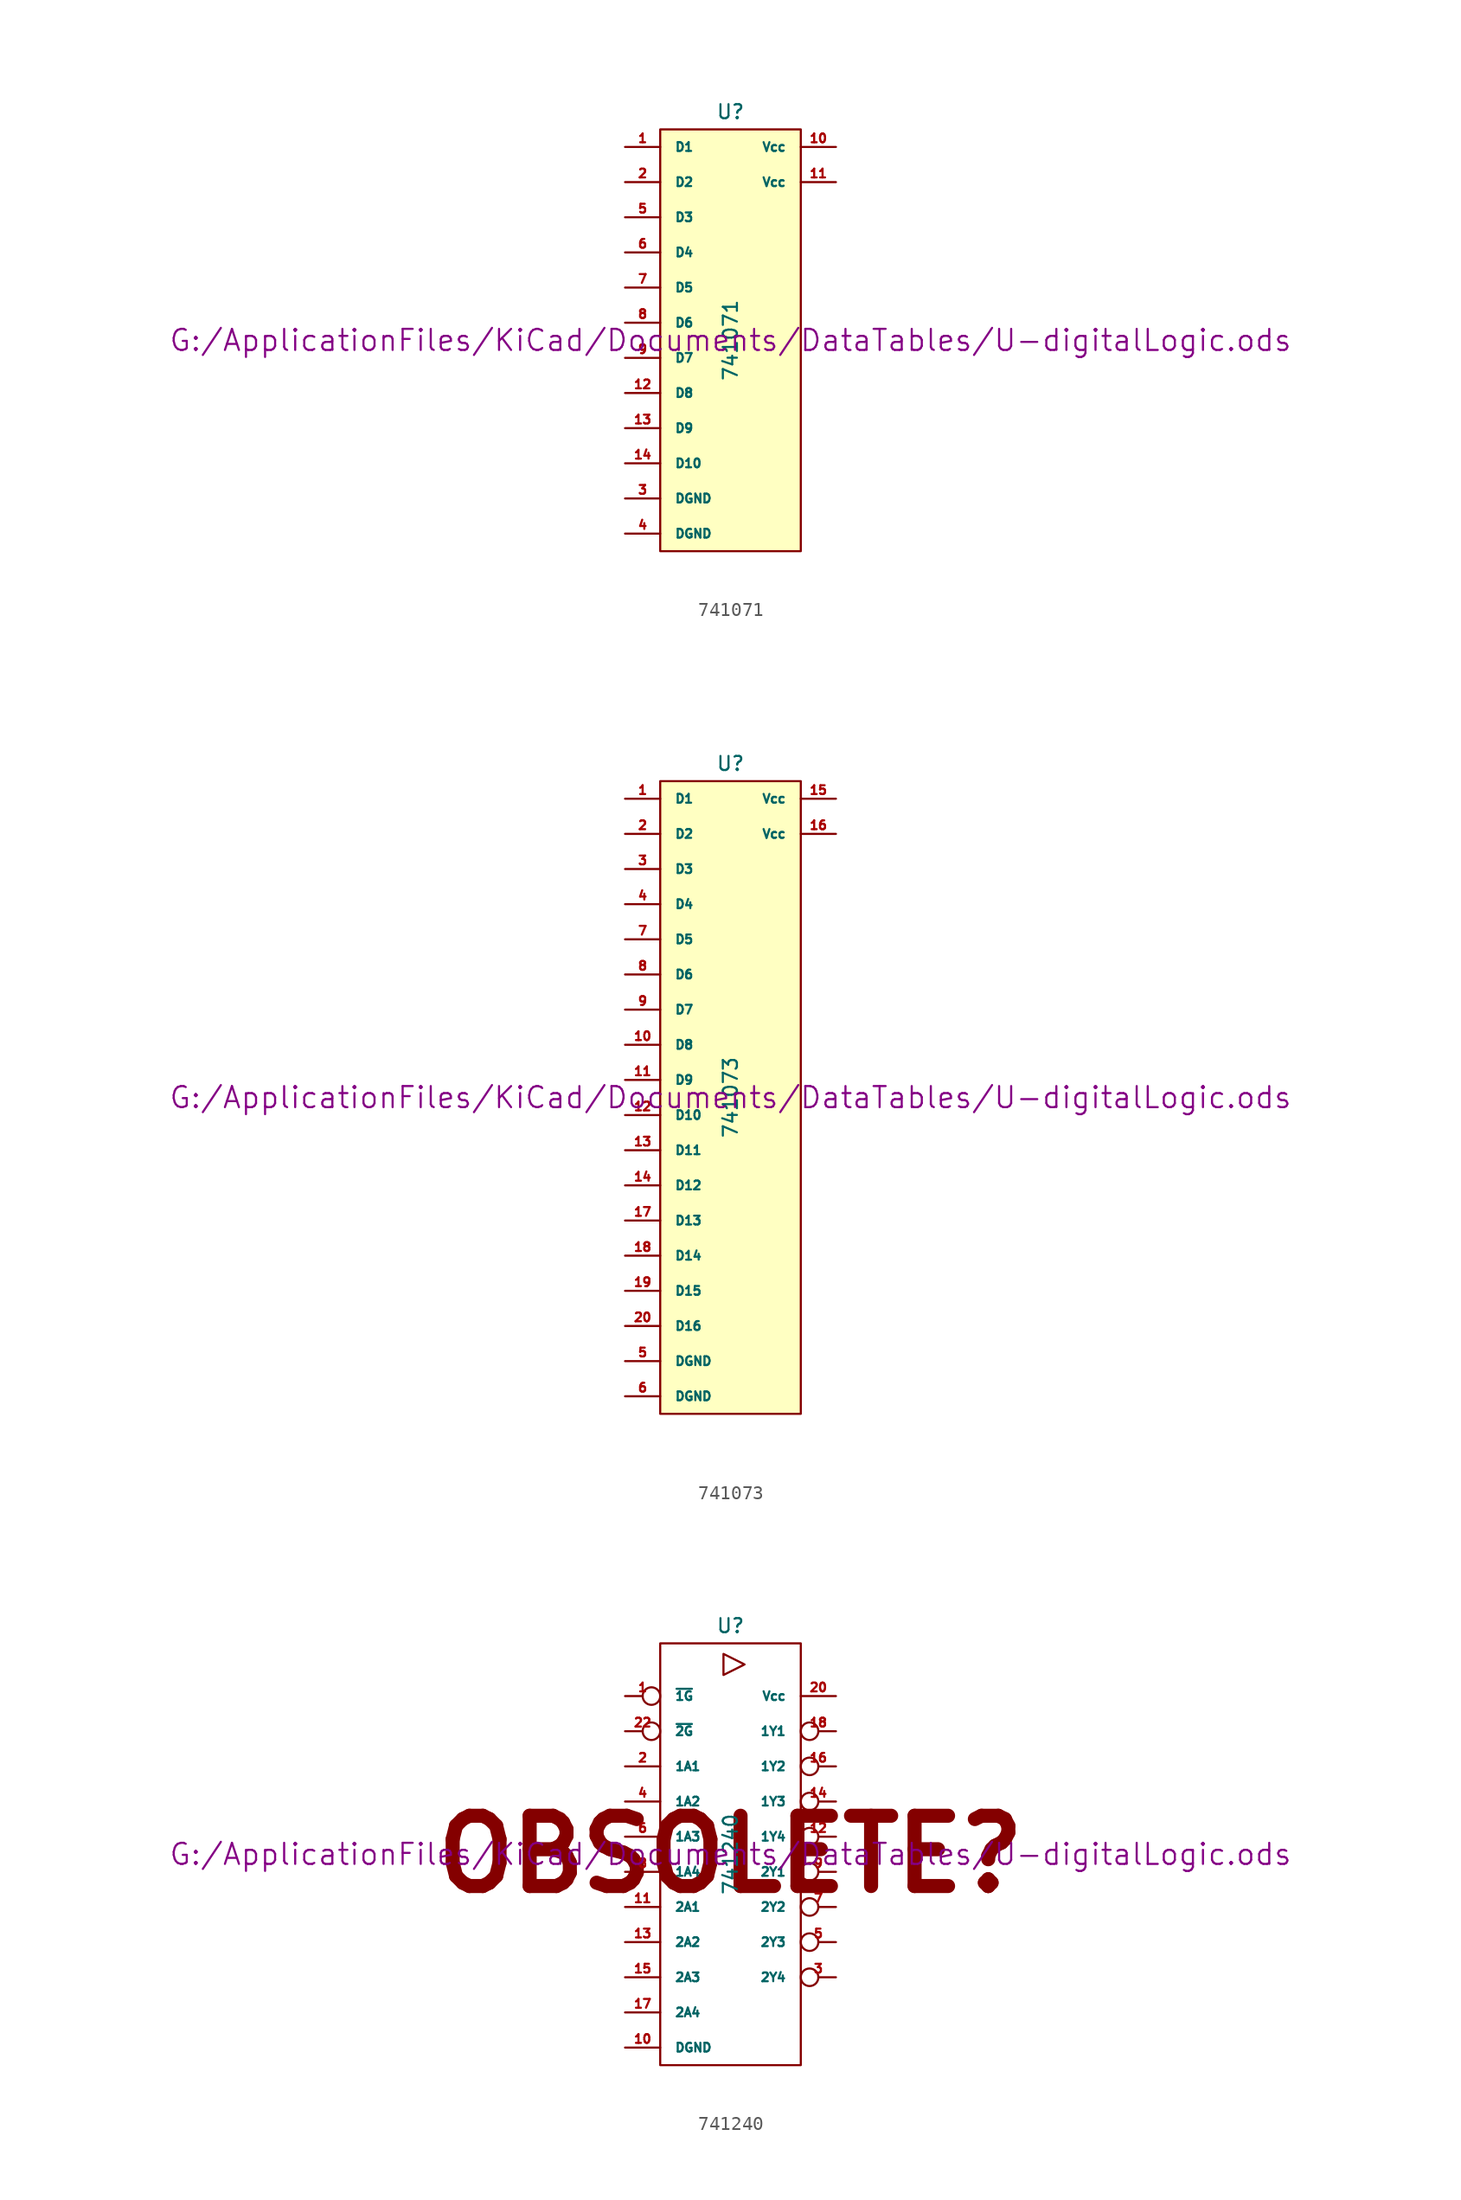
<source format=kicad_sym>
(kicad_symbol_lib
  (version 20211014)
  (generator kicad_symbol_editor)
  (symbol "741071"
    (pin_names
      (offset 1.016))
    (property "Reference" "U"
      (at 0 16.51 0)
      (effects (font (size 1.016 1.016))))
    (property "Value" "741071"
      (at 0 0 90)
      (effects (font (size 1.016 1.016))))
    (property "Footprint" ""
      (at 0 0 0)
      (effects (font (size 1.524 1.524))))
    (property "Datasheet" "G:/ApplicationFiles/KiCad/Documents/DataTables/U-digitalLogic.ods"
      (at 0 0 0)
      (effects (font (size 1.524 1.524))))
    (symbol "741071_0_1"
      (rectangle (start -5.08 15.24) (end 5.08 -15.24) (stroke (width 0) (type default) (color 0 0 0 0)) (fill (type background))))
    (symbol "741071_1_1"
      (pin input line (at -7.62 13.97 0) (length 2.54) (name "D1" (effects (font (size 0.635 0.635)))) (number "1" (effects (font (size 0.635 0.635)))))
      (pin power_in line (at 7.62 13.97 180) (length 2.54) (name "Vcc" (effects (font (size 0.635 0.635)))) (number "10" (effects (font (size 0.635 0.635)))))
      (pin power_in line (at 7.62 11.43 180) (length 2.54) (name "Vcc" (effects (font (size 0.635 0.635)))) (number "11" (effects (font (size 0.635 0.635)))))
      (pin input line (at -7.62 -3.81 0) (length 2.54) (name "D8" (effects (font (size 0.635 0.635)))) (number "12" (effects (font (size 0.635 0.635)))))
      (pin input line (at -7.62 -6.35 0) (length 2.54) (name "D9" (effects (font (size 0.635 0.635)))) (number "13" (effects (font (size 0.635 0.635)))))
      (pin input line (at -7.62 -8.89 0) (length 2.54) (name "D10" (effects (font (size 0.635 0.635)))) (number "14" (effects (font (size 0.635 0.635)))))
      (pin input line (at -7.62 11.43 0) (length 2.54) (name "D2" (effects (font (size 0.635 0.635)))) (number "2" (effects (font (size 0.635 0.635)))))
      (pin power_in line (at -7.62 -11.43 0) (length 2.54) (name "DGND" (effects (font (size 0.635 0.635)))) (number "3" (effects (font (size 0.635 0.635)))))
      (pin power_in line (at -7.62 -13.97 0) (length 2.54) (name "DGND" (effects (font (size 0.635 0.635)))) (number "4" (effects (font (size 0.635 0.635)))))
      (pin input line (at -7.62 8.89 0) (length 2.54) (name "D3" (effects (font (size 0.635 0.635)))) (number "5" (effects (font (size 0.635 0.635)))))
      (pin input line (at -7.62 6.35 0) (length 2.54) (name "D4" (effects (font (size 0.635 0.635)))) (number "6" (effects (font (size 0.635 0.635)))))
      (pin input line (at -7.62 3.81 0) (length 2.54) (name "D5" (effects (font (size 0.635 0.635)))) (number "7" (effects (font (size 0.635 0.635)))))
      (pin input line (at -7.62 1.27 0) (length 2.54) (name "D6" (effects (font (size 0.635 0.635)))) (number "8" (effects (font (size 0.635 0.635)))))
      (pin input line (at -7.62 -1.27 0) (length 2.54) (name "D7" (effects (font (size 0.635 0.635)))) (number "9" (effects (font (size 0.635 0.635)))))))
  (symbol "741073"
    (pin_names
      (offset 1.016))
    (property "Reference" "U"
      (at 0 24.13 0)
      (effects (font (size 1.016 1.016))))
    (property "Value" "741073"
      (at 0 0 90)
      (effects (font (size 1.016 1.016))))
    (property "Footprint" ""
      (at 0 0 0)
      (effects (font (size 1.524 1.524))))
    (property "Datasheet" "G:/ApplicationFiles/KiCad/Documents/DataTables/U-digitalLogic.ods"
      (at 0 0 0)
      (effects (font (size 1.524 1.524))))
    (symbol "741073_0_1"
      (rectangle (start -5.08 22.86) (end 5.08 -22.86) (stroke (width 0) (type default) (color 0 0 0 0)) (fill (type background))))
    (symbol "741073_1_1"
      (pin input line (at -7.62 21.59 0) (length 2.54) (name "D1" (effects (font (size 0.635 0.635)))) (number "1" (effects (font (size 0.635 0.635)))))
      (pin input line (at -7.62 3.81 0) (length 2.54) (name "D8" (effects (font (size 0.635 0.635)))) (number "10" (effects (font (size 0.635 0.635)))))
      (pin input line (at -7.62 1.27 0) (length 2.54) (name "D9" (effects (font (size 0.635 0.635)))) (number "11" (effects (font (size 0.635 0.635)))))
      (pin input line (at -7.62 -1.27 0) (length 2.54) (name "D10" (effects (font (size 0.635 0.635)))) (number "12" (effects (font (size 0.635 0.635)))))
      (pin input line (at -7.62 -3.81 0) (length 2.54) (name "D11" (effects (font (size 0.635 0.635)))) (number "13" (effects (font (size 0.635 0.635)))))
      (pin input line (at -7.62 -6.35 0) (length 2.54) (name "D12" (effects (font (size 0.635 0.635)))) (number "14" (effects (font (size 0.635 0.635)))))
      (pin power_in line (at 7.62 21.59 180) (length 2.54) (name "Vcc" (effects (font (size 0.635 0.635)))) (number "15" (effects (font (size 0.635 0.635)))))
      (pin power_in line (at 7.62 19.05 180) (length 2.54) (name "Vcc" (effects (font (size 0.635 0.635)))) (number "16" (effects (font (size 0.635 0.635)))))
      (pin input line (at -7.62 -8.89 0) (length 2.54) (name "D13" (effects (font (size 0.635 0.635)))) (number "17" (effects (font (size 0.635 0.635)))))
      (pin input line (at -7.62 -11.43 0) (length 2.54) (name "D14" (effects (font (size 0.635 0.635)))) (number "18" (effects (font (size 0.635 0.635)))))
      (pin input line (at -7.62 -13.97 0) (length 2.54) (name "D15" (effects (font (size 0.635 0.635)))) (number "19" (effects (font (size 0.635 0.635)))))
      (pin input line (at -7.62 19.05 0) (length 2.54) (name "D2" (effects (font (size 0.635 0.635)))) (number "2" (effects (font (size 0.635 0.635)))))
      (pin input line (at -7.62 -16.51 0) (length 2.54) (name "D16" (effects (font (size 0.635 0.635)))) (number "20" (effects (font (size 0.635 0.635)))))
      (pin input line (at -7.62 16.51 0) (length 2.54) (name "D3" (effects (font (size 0.635 0.635)))) (number "3" (effects (font (size 0.635 0.635)))))
      (pin input line (at -7.62 13.97 0) (length 2.54) (name "D4" (effects (font (size 0.635 0.635)))) (number "4" (effects (font (size 0.635 0.635)))))
      (pin power_in line (at -7.62 -19.05 0) (length 2.54) (name "DGND" (effects (font (size 0.635 0.635)))) (number "5" (effects (font (size 0.635 0.635)))))
      (pin power_in line (at -7.62 -21.59 0) (length 2.54) (name "DGND" (effects (font (size 0.635 0.635)))) (number "6" (effects (font (size 0.635 0.635)))))
      (pin input line (at -7.62 11.43 0) (length 2.54) (name "D5" (effects (font (size 0.635 0.635)))) (number "7" (effects (font (size 0.635 0.635)))))
      (pin input line (at -7.62 8.89 0) (length 2.54) (name "D6" (effects (font (size 0.635 0.635)))) (number "8" (effects (font (size 0.635 0.635)))))
      (pin input line (at -7.62 6.35 0) (length 2.54) (name "D7" (effects (font (size 0.635 0.635)))) (number "9" (effects (font (size 0.635 0.635)))))))
  (symbol "741240"
    (pin_names
      (offset 1.016))
    (property "Reference" "U"
      (at 0 16.51 0)
      (effects (font (size 1.016 1.016))))
    (property "Value" "741240"
      (at 0 0 90)
      (effects (font (size 1.016 1.016))))
    (property "Footprint" ""
      (at 0 0 0)
      (effects (font (size 1.524 1.524))))
    (property "Datasheet" "G:/ApplicationFiles/KiCad/Documents/DataTables/U-digitalLogic.ods"
      (at 0 0 0)
      (effects (font (size 1.524 1.524))))
    (symbol "741240_0_0"
      (text "OBSOLETE?" (at 0 0 0) (effects (font (size 5.08 5.08) bold))))
    (symbol "741240_0_1"
      (rectangle (start -5.08 15.24) (end 5.08 -15.24) (stroke (width 0) (type default) (color 0 0 0 0)) (fill (type none)))
      (polyline (pts (xy -0.508 14.478) (xy -0.508 12.954) (xy 1.016 13.716) (xy -0.508 14.478)) (stroke (width 0) (type default) (color 0 0 0 0)) (fill (type none))))
    (symbol "741240_1_1"
      (pin input inverted (at -7.62 11.43 0) (length 2.54) (name "~{1G}" (effects (font (size 0.635 0.635)))) (number "1" (effects (font (size 0.635 0.635)))))
      (pin power_in line (at -7.62 -13.97 0) (length 2.54) (name "DGND" (effects (font (size 0.635 0.635)))) (number "10" (effects (font (size 0.635 0.635)))))
      (pin input line (at -7.62 -3.81 0) (length 2.54) (name "2A1" (effects (font (size 0.635 0.635)))) (number "11" (effects (font (size 0.635 0.635)))))
      (pin tri_state inverted (at 7.62 1.27 180) (length 2.54) (name "1Y4" (effects (font (size 0.635 0.635)))) (number "12" (effects (font (size 0.635 0.635)))))
      (pin input line (at -7.62 -6.35 0) (length 2.54) (name "2A2" (effects (font (size 0.635 0.635)))) (number "13" (effects (font (size 0.635 0.635)))))
      (pin tri_state inverted (at 7.62 3.81 180) (length 2.54) (name "1Y3" (effects (font (size 0.635 0.635)))) (number "14" (effects (font (size 0.635 0.635)))))
      (pin input line (at -7.62 -8.89 0) (length 2.54) (name "2A3" (effects (font (size 0.635 0.635)))) (number "15" (effects (font (size 0.635 0.635)))))
      (pin tri_state inverted (at 7.62 6.35 180) (length 2.54) (name "1Y2" (effects (font (size 0.635 0.635)))) (number "16" (effects (font (size 0.635 0.635)))))
      (pin input line (at -7.62 -11.43 0) (length 2.54) (name "2A4" (effects (font (size 0.635 0.635)))) (number "17" (effects (font (size 0.635 0.635)))))
      (pin tri_state inverted (at 7.62 8.89 180) (length 2.54) (name "1Y1" (effects (font (size 0.635 0.635)))) (number "18" (effects (font (size 0.635 0.635)))))
      (pin input line (at -7.62 6.35 0) (length 2.54) (name "1A1" (effects (font (size 0.635 0.635)))) (number "2" (effects (font (size 0.635 0.635)))))
      (pin power_in line (at 7.62 11.43 180) (length 2.54) (name "Vcc" (effects (font (size 0.635 0.635)))) (number "20" (effects (font (size 0.635 0.635)))))
      (pin input inverted (at -7.62 8.89 0) (length 2.54) (name "~{2G}" (effects (font (size 0.635 0.635)))) (number "22" (effects (font (size 0.635 0.635)))))
      (pin tri_state inverted (at 7.62 -8.89 180) (length 2.54) (name "2Y4" (effects (font (size 0.635 0.635)))) (number "3" (effects (font (size 0.635 0.635)))))
      (pin input line (at -7.62 3.81 0) (length 2.54) (name "1A2" (effects (font (size 0.635 0.635)))) (number "4" (effects (font (size 0.635 0.635)))))
      (pin tri_state inverted (at 7.62 -6.35 180) (length 2.54) (name "2Y3" (effects (font (size 0.635 0.635)))) (number "5" (effects (font (size 0.635 0.635)))))
      (pin input line (at -7.62 1.27 0) (length 2.54) (name "1A3" (effects (font (size 0.635 0.635)))) (number "6" (effects (font (size 0.635 0.635)))))
      (pin tri_state inverted (at 7.62 -3.81 180) (length 2.54) (name "2Y2" (effects (font (size 0.635 0.635)))) (number "7" (effects (font (size 0.635 0.635)))))
      (pin input line (at -7.62 -1.27 0) (length 2.54) (name "1A4" (effects (font (size 0.635 0.635)))) (number "8" (effects (font (size 0.635 0.635)))))
      (pin tri_state inverted (at 7.62 -1.27 180) (length 2.54) (name "2Y1" (effects (font (size 0.635 0.635)))) (number "9" (effects (font (size 0.635 0.635))))))))
</source>
